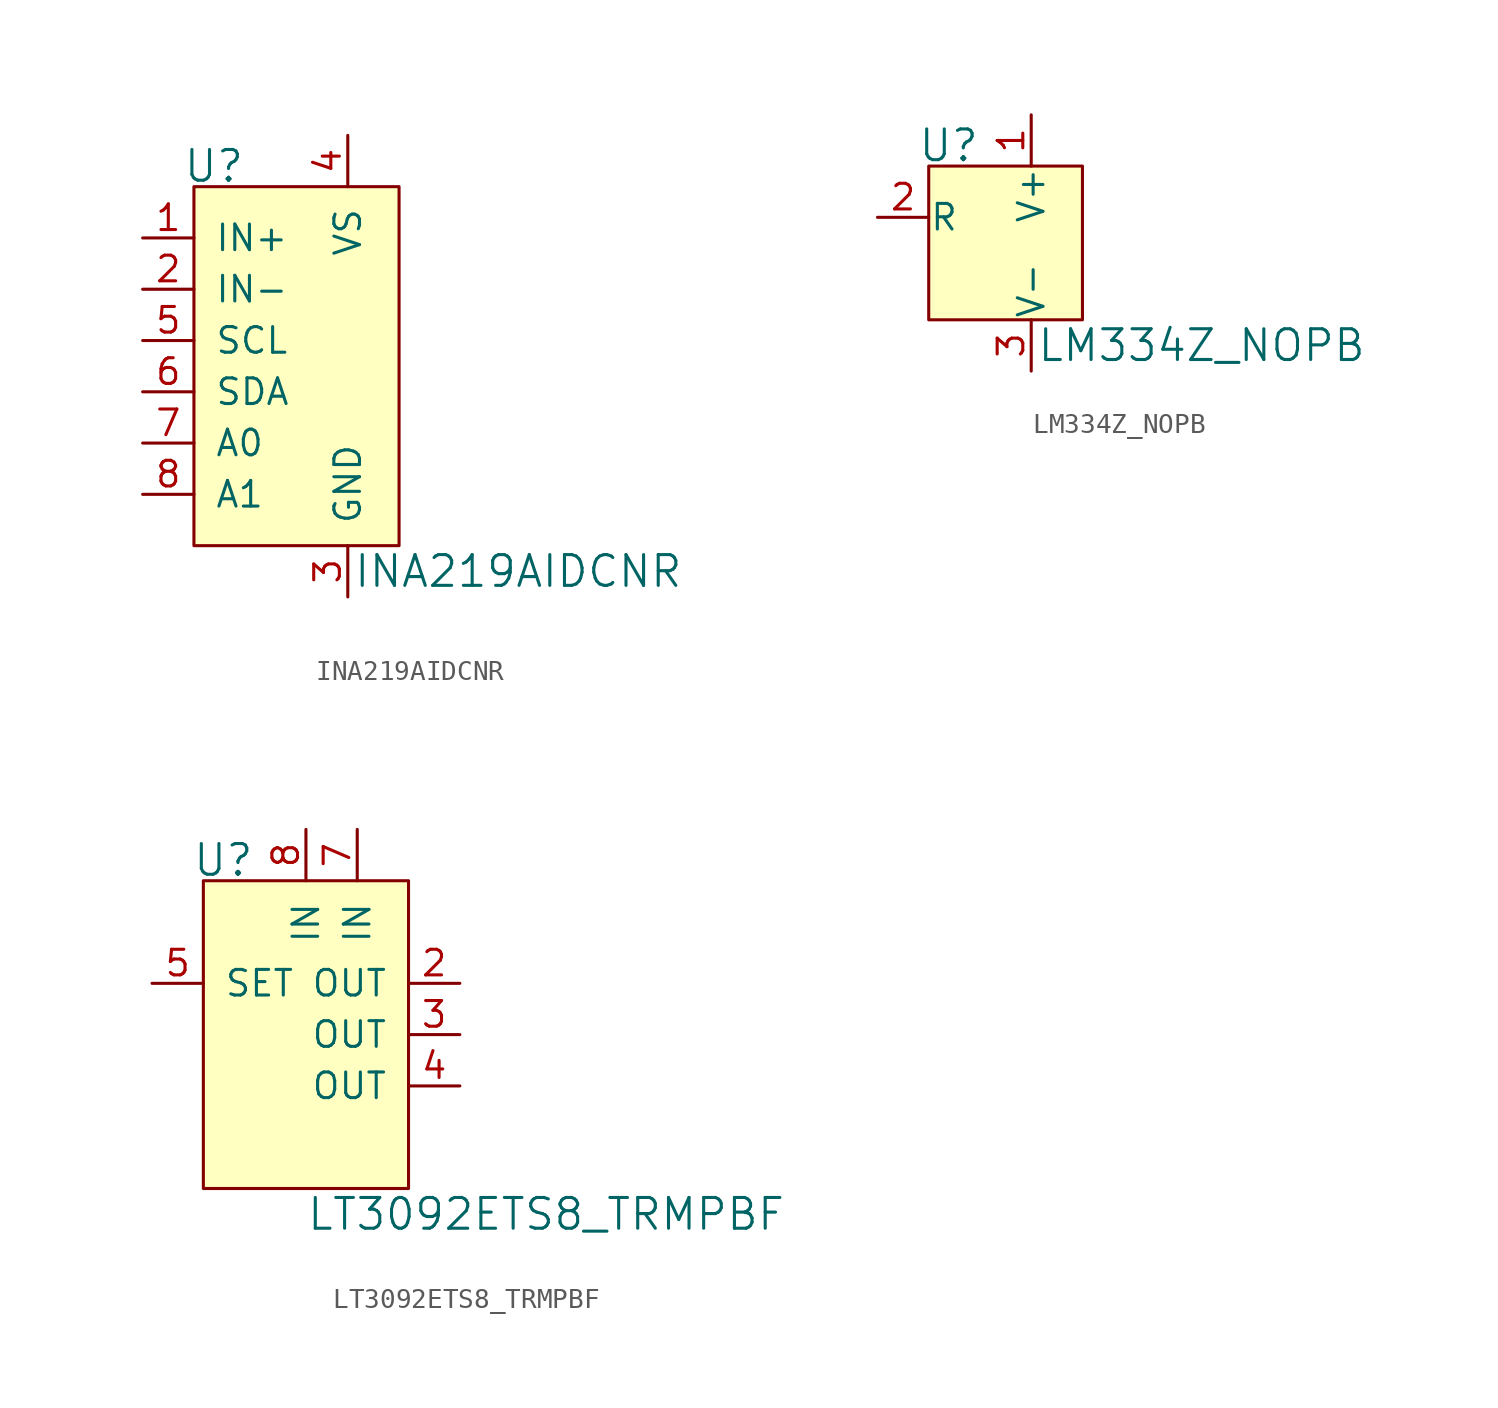
<source format=kicad_sym>
(kicad_symbol_lib
  (version 20201005)
  (generator kicad_symbol_editor)
  (symbol "INA219AIDCNR"
    (pin_names
      (offset 1.016))
    (property "Reference" "U"
      (at -5.08 8.636 0)
      (effects (font (size 1.524 1.524)) (justify right)))
    (property "Value" "INA219AIDCNR"
      (at 0.254 -11.43 0)
      (effects (font (size 1.524 1.524)) (justify left)))
    (symbol "INA219AIDCNR_0_1"
      (rectangle (start -7.62 7.62) (end 2.54 -10.16) (stroke (width 0)) (fill (type background))))
    (symbol "INA219AIDCNR_1_1"
      (pin input line (at -10.16 5.08 0) (length 2.54) (name "IN+" (effects (font (size 1.27 1.27)))) (number "1" (effects (font (size 1.27 1.27)))))
      (pin input line (at -10.16 2.54 0) (length 2.54) (name "IN-" (effects (font (size 1.27 1.27)))) (number "2" (effects (font (size 1.27 1.27)))))
      (pin power_in line (at 0 -12.7 90) (length 2.54) (name "GND" (effects (font (size 1.27 1.27)))) (number "3" (effects (font (size 1.27 1.27)))))
      (pin power_in line (at 0 10.16 270) (length 2.54) (name "VS" (effects (font (size 1.27 1.27)))) (number "4" (effects (font (size 1.27 1.27)))))
      (pin input line (at -10.16 0 0) (length 2.54) (name "SCL" (effects (font (size 1.27 1.27)))) (number "5" (effects (font (size 1.27 1.27)))))
      (pin bidirectional line (at -10.16 -2.54 0) (length 2.54) (name "SDA" (effects (font (size 1.27 1.27)))) (number "6" (effects (font (size 1.27 1.27)))))
      (pin input line (at -10.16 -5.08 0) (length 2.54) (name "A0" (effects (font (size 1.27 1.27)))) (number "7" (effects (font (size 1.27 1.27)))))
      (pin input line (at -10.16 -7.62 0) (length 2.54) (name "A1" (effects (font (size 1.27 1.27)))) (number "8" (effects (font (size 1.27 1.27)))))))
  (symbol "LM334Z_NOPB"
    (pin_names
      (offset 0.025))
    (property "Reference" "U"
      (at -2.54 3.556 0)
      (effects (font (size 1.524 1.524)) (justify right)))
    (property "Value" "LM334Z_NOPB"
      (at 0.254 -6.35 0)
      (effects (font (size 1.524 1.524)) (justify left)))
    (symbol "LM334Z_NOPB_0_1"
      (rectangle (start -5.08 2.54) (end 2.54 -5.08) (stroke (width 0)) (fill (type background))))
    (symbol "LM334Z_NOPB_1_1"
      (pin power_in line (at 0 5.08 270) (length 2.54) (name "V+" (effects (font (size 1.27 1.27)))) (number "1" (effects (font (size 1.27 1.27)))))
      (pin passive line (at -7.62 0 0) (length 2.54) (name "R" (effects (font (size 1.27 1.27)))) (number "2" (effects (font (size 1.27 1.27)))))
      (pin power_out line (at 0 -7.62 90) (length 2.54) (name "V-" (effects (font (size 1.27 1.27)))) (number "3" (effects (font (size 1.27 1.27)))))))
  (symbol "LT3092ETS8_TRMPBF"
    (pin_names
      (offset 1.016))
    (property "Reference" "U"
      (at -2.54 11.176 0)
      (effects (font (size 1.524 1.524)) (justify right)))
    (property "Value" "LT3092ETS8_TRMPBF"
      (at 0 -6.35 0)
      (effects (font (size 1.524 1.524)) (justify left)))
    (symbol "LT3092ETS8_TRMPBF_0_1"
      (rectangle (start -5.08 10.16) (end 5.08 -5.08) (stroke (width 0)) (fill (type background))))
    (symbol "LT3092ETS8_TRMPBF_1_1"
      (pin no_connect line (at -7.62 0 0) (length 2.54) hide (name "NC" (effects (font (size 1.27 1.27)))) (number "1" (effects (font (size 1.27 1.27)))))
      (pin power_out line (at 7.62 5.08 180) (length 2.54) (name "OUT" (effects (font (size 1.27 1.27)))) (number "2" (effects (font (size 1.27 1.27)))))
      (pin power_out line (at 7.62 2.54 180) (length 2.54) (name "OUT" (effects (font (size 1.27 1.27)))) (number "3" (effects (font (size 1.27 1.27)))))
      (pin power_out line (at 7.62 0 180) (length 2.54) (name "OUT" (effects (font (size 1.27 1.27)))) (number "4" (effects (font (size 1.27 1.27)))))
      (pin passive line (at -7.62 5.08 0) (length 2.54) (name "SET" (effects (font (size 1.27 1.27)))) (number "5" (effects (font (size 1.27 1.27)))))
      (pin no_connect line (at -7.62 -2.54 0) (length 2.54) hide (name "NC" (effects (font (size 1.27 1.27)))) (number "6" (effects (font (size 1.27 1.27)))))
      (pin power_in line (at 2.54 12.7 270) (length 2.54) (name "IN" (effects (font (size 1.27 1.27)))) (number "7" (effects (font (size 1.27 1.27)))))
      (pin power_in line (at 0 12.7 270) (length 2.54) (name "IN" (effects (font (size 1.27 1.27)))) (number "8" (effects (font (size 1.27 1.27))))))))
</source>
